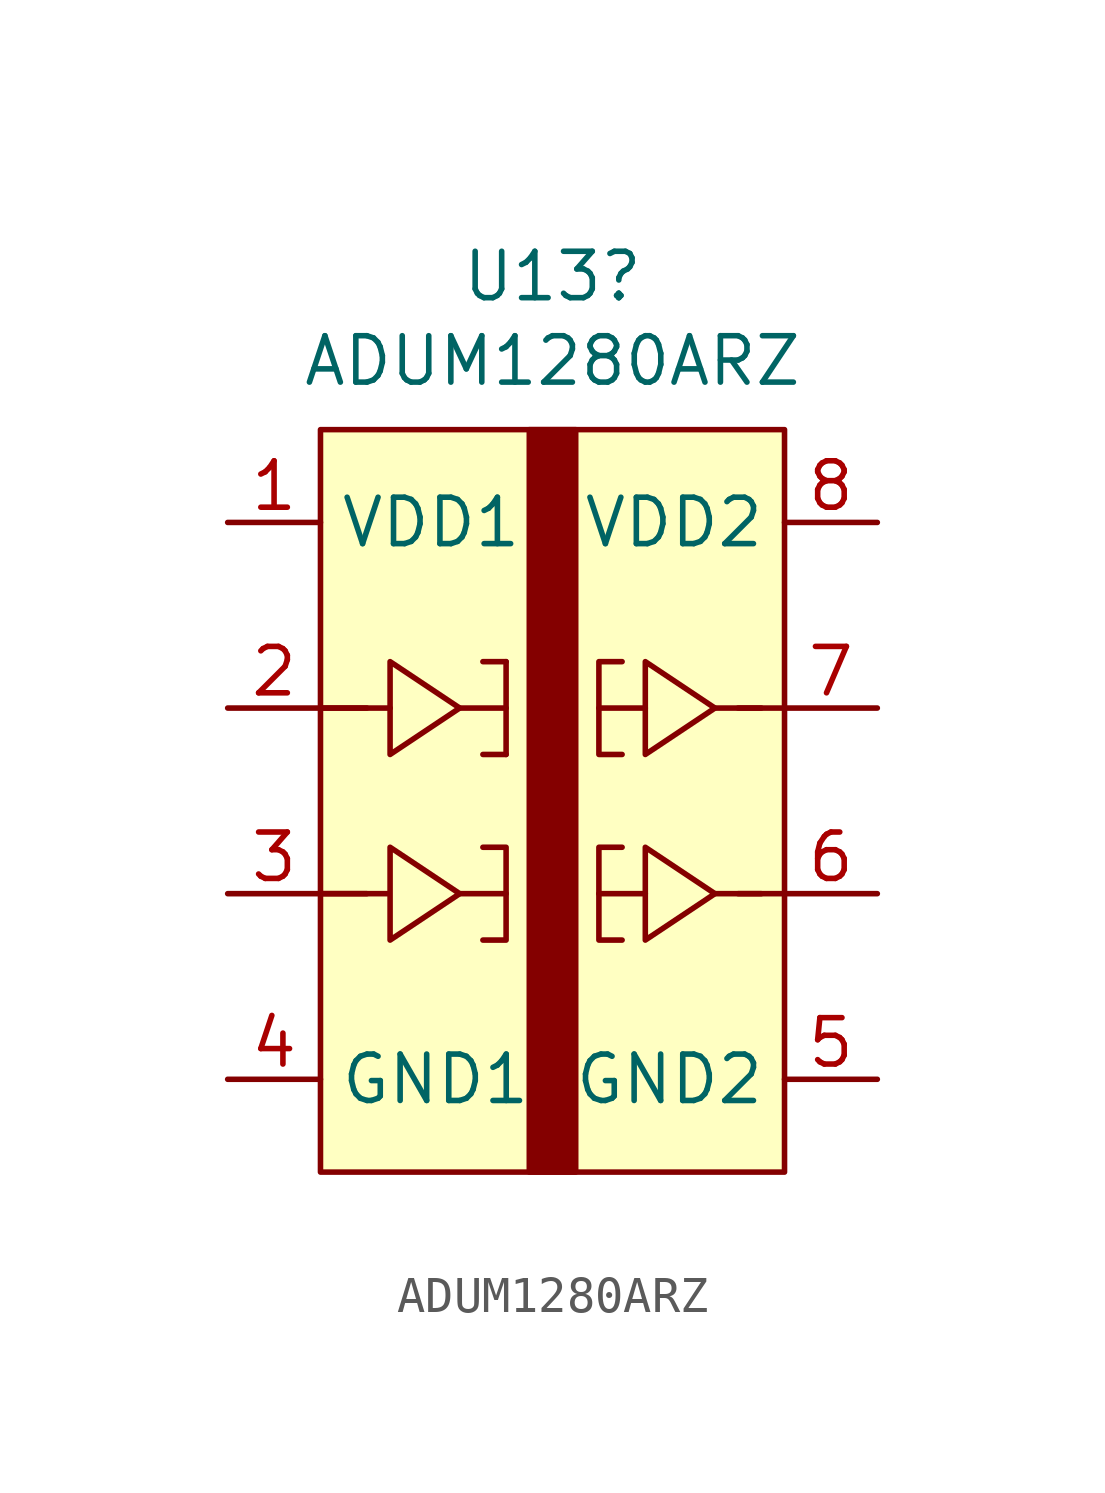
<source format=kicad_sym>
(kicad_symbol_lib
  (version 20220914)
  (generator kicad_symbol_editor)
  (symbol "ADUM1280ARZ"
    (property "Reference" "U13"
      (at 6.35 4.191 0)
      (effects (font (size 1.27 1.27))))
    (property "Value" "ADUM1280ARZ"
      (at 6.35 1.88 0)
      (effects (font (size 1.27 1.27))))
    (symbol "ADUM1280ARZ_0_1"
      (polyline (pts (xy 0 -12.7) (xy 1.27 -12.7)) (stroke (width 0) (type solid)) (fill (type none)))
      (polyline (pts (xy 0 -7.62) (xy 1.27 -7.62)) (stroke (width 0) (type solid)) (fill (type none)))
      (polyline (pts (xy 0 -7.62) (xy 1.905 -7.62)) (stroke (width 0) (type solid)) (fill (type none)))
      (polyline (pts (xy 3.81 -12.7) (xy 5.08 -12.7)) (stroke (width 0) (type solid)) (fill (type none)))
      (polyline (pts (xy 3.81 -7.62) (xy 5.08 -7.62)) (stroke (width 0) (type solid)) (fill (type none)))
      (polyline (pts (xy 4.445 -8.89) (xy 5.08 -8.89)) (stroke (width 0) (type solid)) (fill (type none)))
      (polyline (pts (xy 4.445 -6.35) (xy 5.08 -6.35)) (stroke (width 0) (type solid)) (fill (type none)))
      (polyline (pts (xy 5.08 -6.35) (xy 5.08 -8.89)) (stroke (width 0) (type solid)) (fill (type none)))
      (polyline (pts (xy 7.62 -12.7) (xy 8.89 -12.7)) (stroke (width 0) (type solid)) (fill (type none)))
      (polyline (pts (xy 7.62 -7.62) (xy 8.89 -7.62)) (stroke (width 0) (type solid)) (fill (type none)))
      (polyline (pts (xy 10.795 -12.7) (xy 12.065 -12.7)) (stroke (width 0) (type solid)) (fill (type none)))
      (polyline (pts (xy 10.795 -7.62) (xy 12.065 -7.62)) (stroke (width 0) (type solid)) (fill (type none)))
      (polyline (pts (xy 11.43 -12.7) (xy 12.7 -12.7)) (stroke (width 0) (type solid)) (fill (type none)))
      (polyline (pts (xy 11.43 -7.62) (xy 12.7 -7.62)) (stroke (width 0) (type solid)) (fill (type none)))
      (polyline (pts (xy 1.905 -6.35) (xy 1.905 -8.89) (xy 3.81 -7.62) (xy 1.905 -6.35)) (stroke (width 0) (type solid)) (fill (type none)))
      (polyline (pts (xy 4.445 -11.43) (xy 5.08 -11.43) (xy 5.08 -13.97) (xy 4.445 -13.97)) (stroke (width 0) (type solid)) (fill (type none)))
      (polyline (pts (xy 8.255 -11.43) (xy 7.62 -11.43) (xy 7.62 -13.97) (xy 8.255 -13.97)) (stroke (width 0) (type solid)) (fill (type none)))
      (polyline (pts (xy 8.255 -6.35) (xy 7.62 -6.35) (xy 7.62 -8.89) (xy 8.255 -8.89)) (stroke (width 0) (type solid)) (fill (type none)))
      (polyline (pts (xy 8.89 -11.43) (xy 8.89 -13.97) (xy 10.795 -12.7) (xy 8.89 -11.43)) (stroke (width 0) (type solid)) (fill (type none)))
      (polyline (pts (xy 8.89 -6.35) (xy 8.89 -8.89) (xy 10.795 -7.62) (xy 8.89 -6.35)) (stroke (width 0) (type solid)) (fill (type none)))
      (polyline (pts (xy 0 -12.7) (xy 1.905 -12.7) (xy 1.905 -13.97) (xy 3.81 -12.7) (xy 1.905 -11.43) (xy 1.905 -12.7)) (stroke (width 0) (type solid)) (fill (type none)))
      (rectangle (start 0 0) (end 12.7 -20.32) (stroke (width 0) (type solid)) (fill (type background)))
      (rectangle (start 5.715 0) (end 6.985 -20.32) (stroke (width 0) (type solid)) (fill (type outline))))
    (symbol "ADUM1280ARZ_1_1"
      (pin power_in line (at -2.54 -2.54 0) (length 2.54) (name "VDD1" (effects (font (size 1.27 1.27)))) (number "1" (effects (font (size 1.27 1.27)))))
      (pin input line (at -2.54 -7.62 0) (length 2.54) (name "~" (effects (font (size 1.27 1.27)))) (number "2" (effects (font (size 1.27 1.27)))))
      (pin input line (at -2.54 -12.7 0) (length 2.54) (name "~" (effects (font (size 1.27 1.27)))) (number "3" (effects (font (size 1.27 1.27)))))
      (pin passive line (at -2.54 -17.78 0) (length 2.54) (name "GND1" (effects (font (size 1.27 1.27)))) (number "4" (effects (font (size 1.27 1.27)))))
      (pin passive line (at 15.24 -17.78 180) (length 2.54) (name "GND2" (effects (font (size 1.27 1.27)))) (number "5" (effects (font (size 1.27 1.27)))))
      (pin output line (at 15.24 -12.7 180) (length 2.54) (name "~" (effects (font (size 1.27 1.27)))) (number "6" (effects (font (size 1.27 1.27)))))
      (pin output line (at 15.24 -7.62 180) (length 2.54) (name "~" (effects (font (size 1.27 1.27)))) (number "7" (effects (font (size 1.27 1.27)))))
      (pin power_in line (at 15.24 -2.54 180) (length 2.54) (name "VDD2" (effects (font (size 1.27 1.27)))) (number "8" (effects (font (size 1.27 1.27))))))))
</source>
